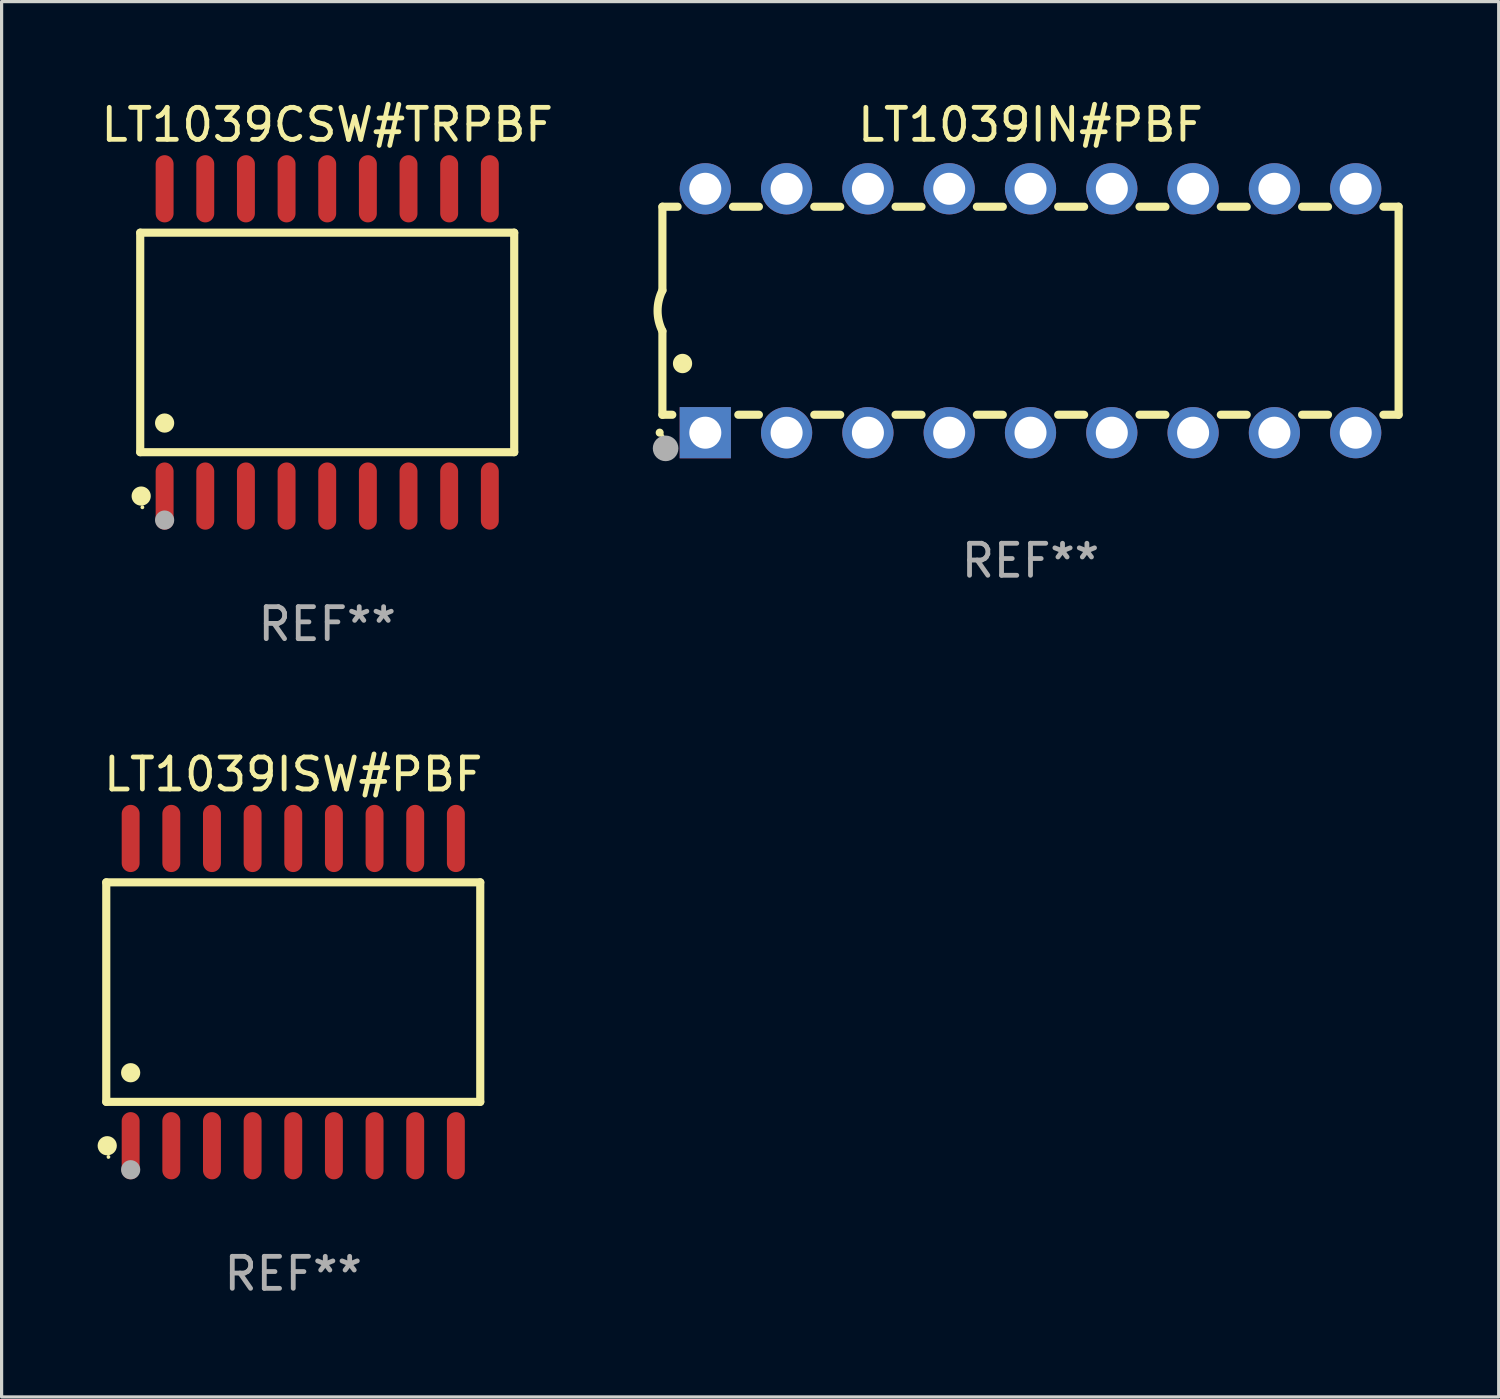
<source format=kicad_pcb>
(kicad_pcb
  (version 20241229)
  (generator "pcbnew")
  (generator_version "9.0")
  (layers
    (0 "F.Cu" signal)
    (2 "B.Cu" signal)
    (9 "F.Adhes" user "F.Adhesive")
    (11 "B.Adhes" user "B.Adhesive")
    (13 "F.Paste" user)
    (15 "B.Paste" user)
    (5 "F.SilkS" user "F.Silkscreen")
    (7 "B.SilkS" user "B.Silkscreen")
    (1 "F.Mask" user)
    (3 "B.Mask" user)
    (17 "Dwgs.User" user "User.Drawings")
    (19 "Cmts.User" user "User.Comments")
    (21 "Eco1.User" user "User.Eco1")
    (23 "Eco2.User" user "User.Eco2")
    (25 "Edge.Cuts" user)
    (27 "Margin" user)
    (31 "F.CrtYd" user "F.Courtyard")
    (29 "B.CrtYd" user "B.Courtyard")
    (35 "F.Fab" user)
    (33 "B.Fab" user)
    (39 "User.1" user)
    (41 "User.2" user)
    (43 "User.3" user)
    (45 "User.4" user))
  (footprint "LT1039CSW#TRPBF"
    (layer "F.Cu")
    (at 7.173 7.648)
    (property "Reference" "LT1039CSW#TRPBF" (at 0 -6.8 0) (layer "F.SilkS") (effects (font (size 1 1) (thickness 0.15))))
    (attr through_hole)
    (fp_line (start -5.842 -3.429) (end -5.842 3.429) (stroke (width 0.254) (type solid)) (layer "F.SilkS"))
    (fp_line (start -5.842 3.429) (end 5.842 3.429) (stroke (width 0.254) (type solid)) (layer "F.SilkS"))
    (fp_line (start 5.842 -3.429) (end -5.842 -3.429) (stroke (width 0.254) (type solid)) (layer "F.SilkS"))
    (fp_line (start 5.842 3.429) (end 5.842 -3.429) (stroke (width 0.254) (type solid)) (layer "F.SilkS"))
    (fp_circle (center -5.812 4.8) (end -5.662 4.8) (stroke (width 0.3) (type solid)) (fill no) (layer "F.SilkS"))
    (fp_circle (center -5.775 5.15) (end -5.745 5.15) (stroke (width 0.06) (type solid)) (fill no) (layer "F.SilkS"))
    (fp_circle (center -5.08 2.519) (end -4.93 2.519) (stroke (width 0.3) (type solid)) (fill no) (layer "F.SilkS"))
    (fp_circle (center -5.08 5.55) (end -4.93 5.55) (stroke (width 0.3) (type solid)) (fill no) (layer "F.Fab"))
    (fp_text user "REF**" (at 0 8.8 0) (layer "F.Fab") (effects (font (size 1 1) (thickness 0.15))))
    (pad "1" smd oval (at -5.08 4.8) (size 0.56 2.1) (layers "F.Cu" "F.Mask" "F.Paste"))
    (pad "2" smd oval (at -3.81 4.8) (size 0.56 2.1) (layers "F.Cu" "F.Mask" "F.Paste"))
    (pad "3" smd oval (at -2.54 4.8) (size 0.56 2.1) (layers "F.Cu" "F.Mask" "F.Paste"))
    (pad "4" smd oval (at -1.27 4.8) (size 0.56 2.1) (layers "F.Cu" "F.Mask" "F.Paste"))
    (pad "5" smd oval (at 0 4.8) (size 0.56 2.1) (layers "F.Cu" "F.Mask" "F.Paste"))
    (pad "6" smd oval (at 1.27 4.8) (size 0.56 2.1) (layers "F.Cu" "F.Mask" "F.Paste"))
    (pad "7" smd oval (at 2.54 4.8) (size 0.56 2.1) (layers "F.Cu" "F.Mask" "F.Paste"))
    (pad "8" smd oval (at 3.81 4.8) (size 0.56 2.1) (layers "F.Cu" "F.Mask" "F.Paste"))
    (pad "9" smd oval (at 5.08 4.8) (size 0.56 2.1) (layers "F.Cu" "F.Mask" "F.Paste"))
    (pad "10" smd oval (at 5.08 -4.8) (size 0.56 2.1) (layers "F.Cu" "F.Mask" "F.Paste"))
    (pad "11" smd oval (at 3.81 -4.8) (size 0.56 2.1) (layers "F.Cu" "F.Mask" "F.Paste"))
    (pad "12" smd oval (at 2.54 -4.8) (size 0.56 2.1) (layers "F.Cu" "F.Mask" "F.Paste"))
    (pad "13" smd oval (at 1.27 -4.8) (size 0.56 2.1) (layers "F.Cu" "F.Mask" "F.Paste"))
    (pad "14" smd oval (at 0 -4.8) (size 0.56 2.1) (layers "F.Cu" "F.Mask" "F.Paste"))
    (pad "15" smd oval (at -1.27 -4.8) (size 0.56 2.1) (layers "F.Cu" "F.Mask" "F.Paste"))
    (pad "16" smd oval (at -2.54 -4.8) (size 0.56 2.1) (layers "F.Cu" "F.Mask" "F.Paste"))
    (pad "17" smd oval (at -3.81 -4.8) (size 0.56 2.1) (layers "F.Cu" "F.Mask" "F.Paste"))
    (pad "18" smd oval (at -5.08 -4.8) (size 0.56 2.1) (layers "F.Cu" "F.Mask" "F.Paste")))
  (footprint "LT1039ISW#PBF"
    (layer "F.Cu")
    (at 6.112 27.945)
    (property "Reference" "LT1039ISW#PBF" (at 0 -6.8 0) (layer "F.SilkS") (effects (font (size 1 1) (thickness 0.15))))
    (attr through_hole)
    (fp_line (start -5.842 -3.429) (end -5.842 3.429) (stroke (width 0.254) (type solid)) (layer "F.SilkS"))
    (fp_line (start -5.842 3.429) (end 5.842 3.429) (stroke (width 0.254) (type solid)) (layer "F.SilkS"))
    (fp_line (start 5.842 -3.429) (end -5.842 -3.429) (stroke (width 0.254) (type solid)) (layer "F.SilkS"))
    (fp_line (start 5.842 3.429) (end 5.842 -3.429) (stroke (width 0.254) (type solid)) (layer "F.SilkS"))
    (fp_circle (center -5.812 4.8) (end -5.662 4.8) (stroke (width 0.3) (type solid)) (fill no) (layer "F.SilkS"))
    (fp_circle (center -5.775 5.15) (end -5.745 5.15) (stroke (width 0.06) (type solid)) (fill no) (layer "F.SilkS"))
    (fp_circle (center -5.08 2.519) (end -4.93 2.519) (stroke (width 0.3) (type solid)) (fill no) (layer "F.SilkS"))
    (fp_circle (center -5.08 5.55) (end -4.93 5.55) (stroke (width 0.3) (type solid)) (fill no) (layer "F.Fab"))
    (fp_text user "REF**" (at 0 8.8 0) (layer "F.Fab") (effects (font (size 1 1) (thickness 0.15))))
    (pad "1" smd oval (at -5.08 4.8) (size 0.56 2.1) (layers "F.Cu" "F.Mask" "F.Paste"))
    (pad "2" smd oval (at -3.81 4.8) (size 0.56 2.1) (layers "F.Cu" "F.Mask" "F.Paste"))
    (pad "3" smd oval (at -2.54 4.8) (size 0.56 2.1) (layers "F.Cu" "F.Mask" "F.Paste"))
    (pad "4" smd oval (at -1.27 4.8) (size 0.56 2.1) (layers "F.Cu" "F.Mask" "F.Paste"))
    (pad "5" smd oval (at 0 4.8) (size 0.56 2.1) (layers "F.Cu" "F.Mask" "F.Paste"))
    (pad "6" smd oval (at 1.27 4.8) (size 0.56 2.1) (layers "F.Cu" "F.Mask" "F.Paste"))
    (pad "7" smd oval (at 2.54 4.8) (size 0.56 2.1) (layers "F.Cu" "F.Mask" "F.Paste"))
    (pad "8" smd oval (at 3.81 4.8) (size 0.56 2.1) (layers "F.Cu" "F.Mask" "F.Paste"))
    (pad "9" smd oval (at 5.08 4.8) (size 0.56 2.1) (layers "F.Cu" "F.Mask" "F.Paste"))
    (pad "10" smd oval (at 5.08 -4.8) (size 0.56 2.1) (layers "F.Cu" "F.Mask" "F.Paste"))
    (pad "11" smd oval (at 3.81 -4.8) (size 0.56 2.1) (layers "F.Cu" "F.Mask" "F.Paste"))
    (pad "12" smd oval (at 2.54 -4.8) (size 0.56 2.1) (layers "F.Cu" "F.Mask" "F.Paste"))
    (pad "13" smd oval (at 1.27 -4.8) (size 0.56 2.1) (layers "F.Cu" "F.Mask" "F.Paste"))
    (pad "14" smd oval (at 0 -4.8) (size 0.56 2.1) (layers "F.Cu" "F.Mask" "F.Paste"))
    (pad "15" smd oval (at -1.27 -4.8) (size 0.56 2.1) (layers "F.Cu" "F.Mask" "F.Paste"))
    (pad "16" smd oval (at -2.54 -4.8) (size 0.56 2.1) (layers "F.Cu" "F.Mask" "F.Paste"))
    (pad "17" smd oval (at -3.81 -4.8) (size 0.56 2.1) (layers "F.Cu" "F.Mask" "F.Paste"))
    (pad "18" smd oval (at -5.08 -4.8) (size 0.56 2.1) (layers "F.Cu" "F.Mask" "F.Paste")))
  (footprint "LT1039IN#PBF"
    (layer "F.Cu")
    (at 29.145 6.658)
    (property "Reference" "LT1039IN#PBF" (at 0 -5.81 0) (layer "F.SilkS") (effects (font (size 1 1) (thickness 0.15))))
    (attr through_hole)
    (fp_line (start -11.5 -3.25) (end -11.5 -0.635) (stroke (width 0.254) (type solid)) (layer "F.SilkS"))
    (fp_line (start -11.5 3.25) (end -11.5 0.635) (stroke (width 0.254) (type solid)) (layer "F.SilkS"))
    (fp_line (start -11.5 3.25) (end -11.191 3.25) (stroke (width 0.254) (type solid)) (layer "F.SilkS"))
    (fp_line (start -11.025 -3.25) (end -11.5 -3.25) (stroke (width 0.254) (type solid)) (layer "F.SilkS"))
    (fp_line (start -9.129 3.25) (end -8.485 3.25) (stroke (width 0.254) (type solid)) (layer "F.SilkS"))
    (fp_line (start -8.485 -3.25) (end -9.295 -3.25) (stroke (width 0.254) (type solid)) (layer "F.SilkS"))
    (fp_line (start -6.755 3.25) (end -5.945 3.25) (stroke (width 0.254) (type solid)) (layer "F.SilkS"))
    (fp_line (start -5.945 -3.25) (end -6.755 -3.25) (stroke (width 0.254) (type solid)) (layer "F.SilkS"))
    (fp_line (start -4.215 3.25) (end -3.405 3.25) (stroke (width 0.254) (type solid)) (layer "F.SilkS"))
    (fp_line (start -3.405 -3.25) (end -4.215 -3.25) (stroke (width 0.254) (type solid)) (layer "F.SilkS"))
    (fp_line (start -1.675 3.25) (end -0.865 3.25) (stroke (width 0.254) (type solid)) (layer "F.SilkS"))
    (fp_line (start -0.865 -3.25) (end -1.675 -3.25) (stroke (width 0.254) (type solid)) (layer "F.SilkS"))
    (fp_line (start 0.865 3.25) (end 1.675 3.25) (stroke (width 0.254) (type solid)) (layer "F.SilkS"))
    (fp_line (start 1.675 -3.25) (end 0.865 -3.25) (stroke (width 0.254) (type solid)) (layer "F.SilkS"))
    (fp_line (start 3.405 3.25) (end 4.215 3.25) (stroke (width 0.254) (type solid)) (layer "F.SilkS"))
    (fp_line (start 4.215 -3.25) (end 3.405 -3.25) (stroke (width 0.254) (type solid)) (layer "F.SilkS"))
    (fp_line (start 5.945 3.25) (end 6.755 3.25) (stroke (width 0.254) (type solid)) (layer "F.SilkS"))
    (fp_line (start 6.755 -3.25) (end 5.945 -3.25) (stroke (width 0.254) (type solid)) (layer "F.SilkS"))
    (fp_line (start 8.485 3.25) (end 9.295 3.25) (stroke (width 0.254) (type solid)) (layer "F.SilkS"))
    (fp_line (start 9.295 -3.25) (end 8.485 -3.25) (stroke (width 0.254) (type solid)) (layer "F.SilkS"))
    (fp_line (start 11.025 3.25) (end 11.5 3.25) (stroke (width 0.254) (type solid)) (layer "F.SilkS"))
    (fp_line (start 11.5 -3.25) (end 11.025 -3.25) (stroke (width 0.254) (type solid)) (layer "F.SilkS"))
    (fp_line (start 11.5 -3.25) (end 11.5 3.25) (stroke (width 0.254) (type solid)) (layer "F.SilkS"))
    (fp_arc (start -11.584963 3.810008) (mid -11.58497 3.808738) (end -11.584963 3.807468) (stroke (width 0.25) (type solid)) (layer "F.SilkS"))
    (fp_arc (start -11.501143 0.635001) (mid -11.650665 -0.000132) (end -11.500025 -0.635001) (stroke (width 0.254001) (type solid)) (layer "F.SilkS"))
    (fp_arc (start -10.871222 1.651003) (mid -10.871233 1.648463) (end -10.871222 1.645923) (stroke (width 0.6) (type solid)) (layer "F.SilkS"))
    (fp_circle (center -11.5 3.91) (end -11.47 3.91) (stroke (width 0.06) (type solid)) (fill no) (layer "F.SilkS"))
    (fp_circle (center -11.4 4.3) (end -11.2 4.3) (stroke (width 0.4) (type solid)) (fill no) (layer "F.Fab"))
    (fp_text user "REF**" (at 0 7.81 0) (layer "F.Fab") (effects (font (size 1 1) (thickness 0.15))))
    (pad "1" thru_hole rect (at -10.16 3.81 90) (size 1.6 1.6) (drill 1) (layers "*.Cu" "*.Mask"))
    (pad "2" thru_hole circle (at -7.62 3.81 90) (size 1.6 1.6) (drill 1) (layers "*.Cu" "*.Mask"))
    (pad "3" thru_hole circle (at -5.08 3.81 90) (size 1.6 1.6) (drill 1) (layers "*.Cu" "*.Mask"))
    (pad "4" thru_hole circle (at -2.54 3.81 90) (size 1.6 1.6) (drill 1) (layers "*.Cu" "*.Mask"))
    (pad "5" thru_hole circle (at 0 3.81 90) (size 1.6 1.6) (drill 1) (layers "*.Cu" "*.Mask"))
    (pad "6" thru_hole circle (at 2.54 3.81 90) (size 1.6 1.6) (drill 1) (layers "*.Cu" "*.Mask"))
    (pad "7" thru_hole circle (at 5.08 3.81 90) (size 1.6 1.6) (drill 1) (layers "*.Cu" "*.Mask"))
    (pad "8" thru_hole circle (at 7.62 3.81 90) (size 1.6 1.6) (drill 1) (layers "*.Cu" "*.Mask"))
    (pad "9" thru_hole circle (at 10.16 3.81 90) (size 1.6 1.6) (drill 1) (layers "*.Cu" "*.Mask"))
    (pad "10" thru_hole circle (at 10.16 -3.81 90) (size 1.6 1.6) (drill 1) (layers "*.Cu" "*.Mask"))
    (pad "11" thru_hole circle (at 7.62 -3.81 90) (size 1.6 1.6) (drill 1) (layers "*.Cu" "*.Mask"))
    (pad "12" thru_hole circle (at 5.08 -3.81 90) (size 1.6 1.6) (drill 1) (layers "*.Cu" "*.Mask"))
    (pad "13" thru_hole circle (at 2.54 -3.81 90) (size 1.6 1.6) (drill 1) (layers "*.Cu" "*.Mask"))
    (pad "14" thru_hole circle (at 0 -3.81 90) (size 1.6 1.6) (drill 1) (layers "*.Cu" "*.Mask"))
    (pad "15" thru_hole circle (at -2.54 -3.81 90) (size 1.6 1.6) (drill 1) (layers "*.Cu" "*.Mask"))
    (pad "16" thru_hole circle (at -5.08 -3.81 90) (size 1.6 1.6) (drill 1) (layers "*.Cu" "*.Mask"))
    (pad "17" thru_hole circle (at -7.62 -3.81 90) (size 1.6 1.6) (drill 1) (layers "*.Cu" "*.Mask"))
    (pad "18" thru_hole circle (at -10.16 -3.81 90) (size 1.6 1.6) (drill 1) (layers "*.Cu" "*.Mask")))
  (gr_rect
    (start -3 -3)
    (end 43.772 40.593)
    (stroke (width 0.1) (type default))
    (fill no)
    (layer "Edge.Cuts")))
</source>
